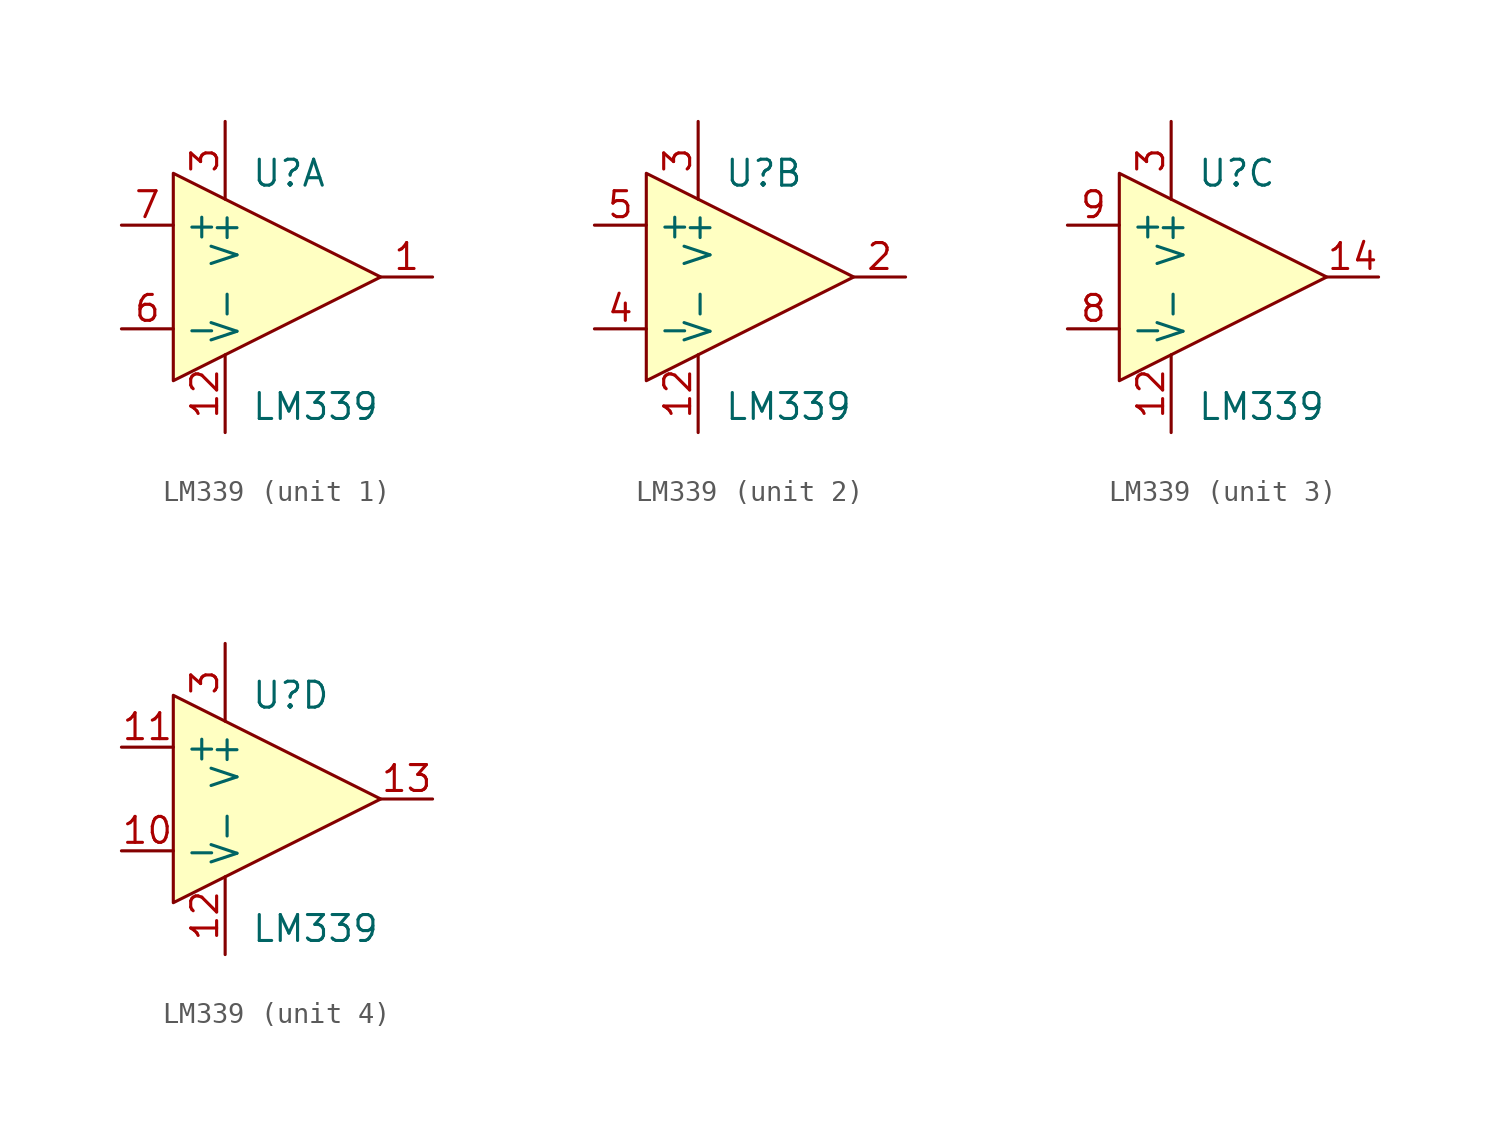
<source format=kicad_sym>
(kicad_symbol_lib
  (version 20211014)
  (generator kicad_symbol_editor)
  (symbol "LM339"
    (property "Reference" "U"
      (at -1.27 5.08 0)
      (effects (font (size 1.27 1.27)) (justify left)))
    (property "Value" "LM339"
      (at -1.27 -6.35 0)
      (effects (font (size 1.27 1.27)) (justify left)))
    (property "Footprint" ""
      (at 0 0 0)
      (effects (font (size 1.27 1.27))))
    (property "Datasheet" ""
      (at 0 0 0)
      (effects (font (size 1.27 1.27))))
    (symbol "LM339_0_1"
      (polyline (pts (xy -5.08 5.08) (xy 5.08 0) (xy -5.08 -5.08) (xy -5.08 5.08)) (stroke (width 0.152) (type default) (color 0 0 0 0)) (fill (type background)))
      (pin power_in line (at -2.54 -7.62 90) (length 3.81) (name "V-" (effects (font (size 1.27 1.27)))) (number "12" (effects (font (size 1.27 1.27)))))
      (pin power_in line (at -2.54 7.62 270) (length 3.81) (name "V+" (effects (font (size 1.27 1.27)))) (number "3" (effects (font (size 1.27 1.27))))))
    (symbol "LM339_1_1"
      (pin output line (at 7.62 0 180) (length 2.54) (name "~" (effects (font (size 1.27 1.27)))) (number "1" (effects (font (size 1.27 1.27)))))
      (pin input line (at -7.62 -2.54 0) (length 2.54) (name "-" (effects (font (size 1.27 1.27)))) (number "6" (effects (font (size 1.27 1.27)))))
      (pin input line (at -7.62 2.54 0) (length 2.54) (name "+" (effects (font (size 1.27 1.27)))) (number "7" (effects (font (size 1.27 1.27))))))
    (symbol "LM339_2_1"
      (pin output line (at 7.62 0 180) (length 2.54) (name "~" (effects (font (size 1.27 1.27)))) (number "2" (effects (font (size 1.27 1.27)))))
      (pin input line (at -7.62 -2.54 0) (length 2.54) (name "-" (effects (font (size 1.27 1.27)))) (number "4" (effects (font (size 1.27 1.27)))))
      (pin input line (at -7.62 2.54 0) (length 2.54) (name "+" (effects (font (size 1.27 1.27)))) (number "5" (effects (font (size 1.27 1.27))))))
    (symbol "LM339_3_1"
      (pin output line (at 7.62 0 180) (length 2.54) (name "~" (effects (font (size 1.27 1.27)))) (number "14" (effects (font (size 1.27 1.27)))))
      (pin input line (at -7.62 -2.54 0) (length 2.54) (name "-" (effects (font (size 1.27 1.27)))) (number "8" (effects (font (size 1.27 1.27)))))
      (pin input line (at -7.62 2.54 0) (length 2.54) (name "+" (effects (font (size 1.27 1.27)))) (number "9" (effects (font (size 1.27 1.27))))))
    (symbol "LM339_4_1"
      (pin input line (at -7.62 -2.54 0) (length 2.54) (name "-" (effects (font (size 1.27 1.27)))) (number "10" (effects (font (size 1.27 1.27)))))
      (pin input line (at -7.62 2.54 0) (length 2.54) (name "+" (effects (font (size 1.27 1.27)))) (number "11" (effects (font (size 1.27 1.27)))))
      (pin output line (at 7.62 0 180) (length 2.54) (name "~" (effects (font (size 1.27 1.27)))) (number "13" (effects (font (size 1.27 1.27))))))))
</source>
